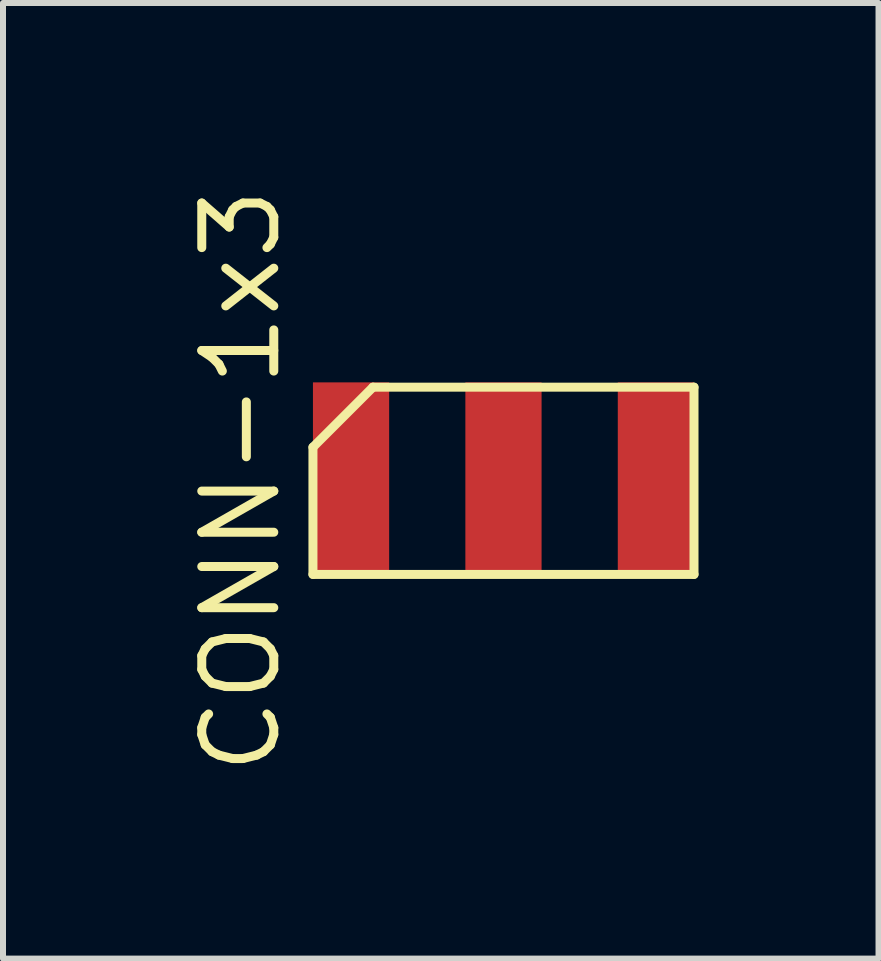
<source format=kicad_pcb>
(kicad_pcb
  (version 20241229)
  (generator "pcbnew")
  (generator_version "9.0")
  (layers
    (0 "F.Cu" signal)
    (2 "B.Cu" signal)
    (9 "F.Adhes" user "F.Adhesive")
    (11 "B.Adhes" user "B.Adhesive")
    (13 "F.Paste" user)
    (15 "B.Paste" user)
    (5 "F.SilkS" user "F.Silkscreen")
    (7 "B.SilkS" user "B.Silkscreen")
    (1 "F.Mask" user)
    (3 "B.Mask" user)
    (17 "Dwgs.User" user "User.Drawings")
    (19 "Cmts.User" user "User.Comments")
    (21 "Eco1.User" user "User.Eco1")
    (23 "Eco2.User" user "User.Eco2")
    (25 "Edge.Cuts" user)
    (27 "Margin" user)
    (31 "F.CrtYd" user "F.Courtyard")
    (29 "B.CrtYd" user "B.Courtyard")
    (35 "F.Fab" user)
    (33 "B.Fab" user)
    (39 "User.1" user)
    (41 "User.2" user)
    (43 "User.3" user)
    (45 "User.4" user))
  (footprint "CONN-1x3"
    (layer "F.Cu")
    (at 5.34 4.962)
    (property "Reference" "CONN-1x3" (at -4.375 0 90) (layer "F.SilkS") (effects (font (size 1.2 1.2) (thickness 0.15))))
    (attr through_hole)
    (fp_line (start -3.175 1.56) (end -3.175 -0.56) (stroke (width 0.15) (type solid)) (layer "F.SilkS"))
    (fp_line (start -3.175 1.56) (end 3.175 1.56) (stroke (width 0.15) (type solid)) (layer "F.SilkS"))
    (fp_line (start -2.175 -1.56) (end -3.175 -0.56) (stroke (width 0.15) (type solid)) (layer "F.SilkS"))
    (fp_line (start 3.175 -1.56) (end -2.175 -1.56) (stroke (width 0.15) (type solid)) (layer "F.SilkS"))
    (fp_line (start 3.175 1.56) (end 3.175 -1.56) (stroke (width 0.15) (type solid)) (layer "F.SilkS"))
    (pad "1" smd rect (at -2.54 -0.04) (size 1.27 3.2) (layers "F.Cu" "F.Mask" "F.Paste"))
    (pad "2" smd rect (at 0 -0.04) (size 1.27 3.2) (layers "F.Cu" "F.Mask" "F.Paste"))
    (pad "3" smd rect (at 2.54 -0.04) (size 1.27 3.2) (layers "F.Cu" "F.Mask" "F.Paste")))
  (gr_rect
    (start -3 -3)
    (end 11.59 12.924)
    (stroke (width 0.1) (type default))
    (fill no)
    (layer "Edge.Cuts")))
</source>
